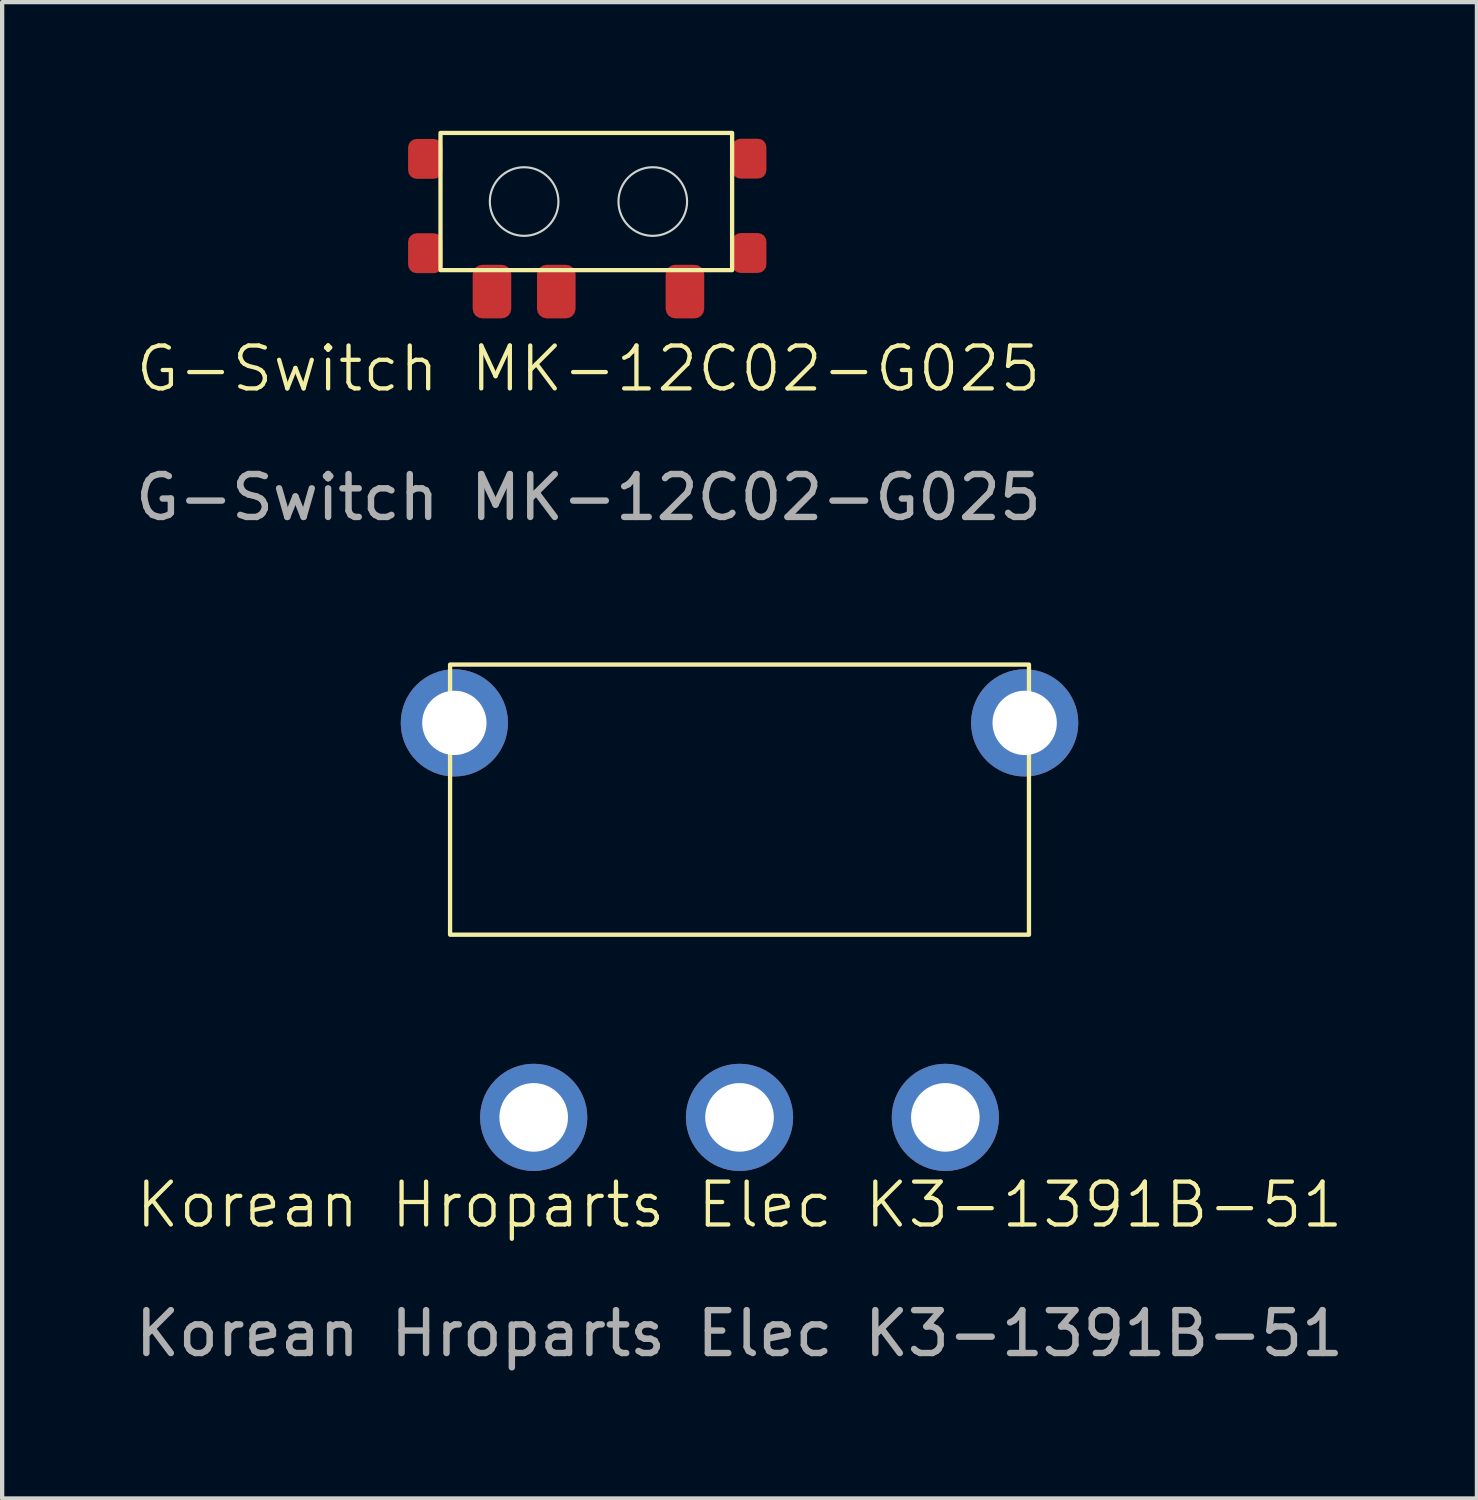
<source format=kicad_pcb>
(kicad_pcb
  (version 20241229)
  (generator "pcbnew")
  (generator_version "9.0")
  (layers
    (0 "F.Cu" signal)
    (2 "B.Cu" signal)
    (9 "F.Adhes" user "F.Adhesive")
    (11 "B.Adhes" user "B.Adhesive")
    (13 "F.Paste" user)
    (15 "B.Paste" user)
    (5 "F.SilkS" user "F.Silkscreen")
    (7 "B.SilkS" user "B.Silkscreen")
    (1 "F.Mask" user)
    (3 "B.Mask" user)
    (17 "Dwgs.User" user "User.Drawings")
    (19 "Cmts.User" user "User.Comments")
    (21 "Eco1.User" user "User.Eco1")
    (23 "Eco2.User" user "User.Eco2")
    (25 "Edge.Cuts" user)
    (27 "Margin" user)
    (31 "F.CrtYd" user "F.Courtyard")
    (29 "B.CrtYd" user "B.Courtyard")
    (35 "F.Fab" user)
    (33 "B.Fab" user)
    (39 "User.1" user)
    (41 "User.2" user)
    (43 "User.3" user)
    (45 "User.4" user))
  (footprint "Korean Hroparts Elec K3-1391B-51"
    (layer "F.Cu")
    (at 14.196 25.548)
    (property "Reference" "Korean Hroparts Elec K3-1391B-51" (at 0 -0.5 0) (unlocked yes) (layer "F.SilkS") (effects (font (size 1 1) (thickness 0.1))))
    (attr through_hole)
    (fp_rect (start -6.75 -13.1) (end 6.75 -6.8) (stroke (width 0.1) (type default)) (fill no) (layer "F.SilkS"))
    (fp_text user "${REFERENCE}" (at 0 2.5 0) (unlocked yes) (layer "F.Fab") (effects (font (size 1 1) (thickness 0.15))))
    (pad "" thru_hole circle (at -6.65 -11.74) (size 2.5 2.5) (drill 1.5) (layers "*.Cu" "*.Mask"))
    (pad "" thru_hole circle (at 6.65 -11.74) (size 2.5 2.5) (drill 1.5) (layers "*.Cu" "*.Mask"))
    (pad "1" thru_hole circle (at -4.8 -2.54) (size 2.5 2.5) (drill 1.6) (layers "*.Cu" "*.Mask"))
    (pad "2" thru_hole circle (at 0 -2.54) (size 2.5 2.5) (drill 1.6) (layers "*.Cu" "*.Mask"))
    (pad "3" thru_hole circle (at 4.8 -2.54) (size 2.5 2.5) (drill 1.6) (layers "*.Cu" "*.Mask")))
  (footprint "G-Switch MK-12C02-G025"
    (layer "F.Cu")
    (at 10.673 6.05)
    (property "Reference" "G-Switch MK-12C02-G025" (at 0 -0.5 0) (unlocked yes) (layer "F.SilkS") (effects (font (size 1 1) (thickness 0.1))))
    (attr smd)
    (fp_rect (start -3.45 -6) (end 3.35 -2.8) (stroke (width 0.1) (type default)) (fill no) (layer "F.SilkS"))
    (fp_circle (center -1.5 -4.4) (end -0.7 -4.4) (stroke (width 0.05) (type default)) (fill no) (layer "Edge.Cuts"))
    (fp_circle (center 1.5 -4.4) (end 2.3 -4.4) (stroke (width 0.05) (type default)) (fill no) (layer "Edge.Cuts"))
    (fp_text user "${REFERENCE}" (at 0 2.5 0) (unlocked yes) (layer "F.Fab") (effects (font (size 1 1) (thickness 0.15))))
    (pad "" smd roundrect (at -3.806 -5.395 90) (size 0.93 0.8) (layers "F.Cu" "F.Mask" "F.Paste") (roundrect_rratio 0.25))
    (pad "" smd roundrect (at -3.806 -3.195 90) (size 0.93 0.8) (layers "F.Cu" "F.Mask" "F.Paste") (roundrect_rratio 0.25))
    (pad "" smd roundrect (at 3.75 -5.4 90) (size 0.93 0.8) (layers "F.Cu" "F.Mask" "F.Paste") (roundrect_rratio 0.25))
    (pad "" smd roundrect (at 3.75 -3.2 90) (size 0.93 0.8) (layers "F.Cu" "F.Mask" "F.Paste") (roundrect_rratio 0.25))
    (pad "1" smd roundrect (at -2.25 -2.3 90) (size 1.25 0.9) (layers "F.Cu" "F.Mask" "F.Paste") (roundrect_rratio 0.25))
    (pad "2" smd roundrect (at -0.75 -2.3 90) (size 1.25 0.9) (layers "F.Cu" "F.Mask" "F.Paste") (roundrect_rratio 0.25))
    (pad "3" smd roundrect (at 2.25 -2.3 90) (size 1.25 0.9) (layers "F.Cu" "F.Mask" "F.Paste") (roundrect_rratio 0.25)))
  (gr_rect
    (start -3 -3)
    (end 31.393 31.896)
    (stroke (width 0.1) (type default))
    (fill no)
    (layer "Edge.Cuts")))
</source>
